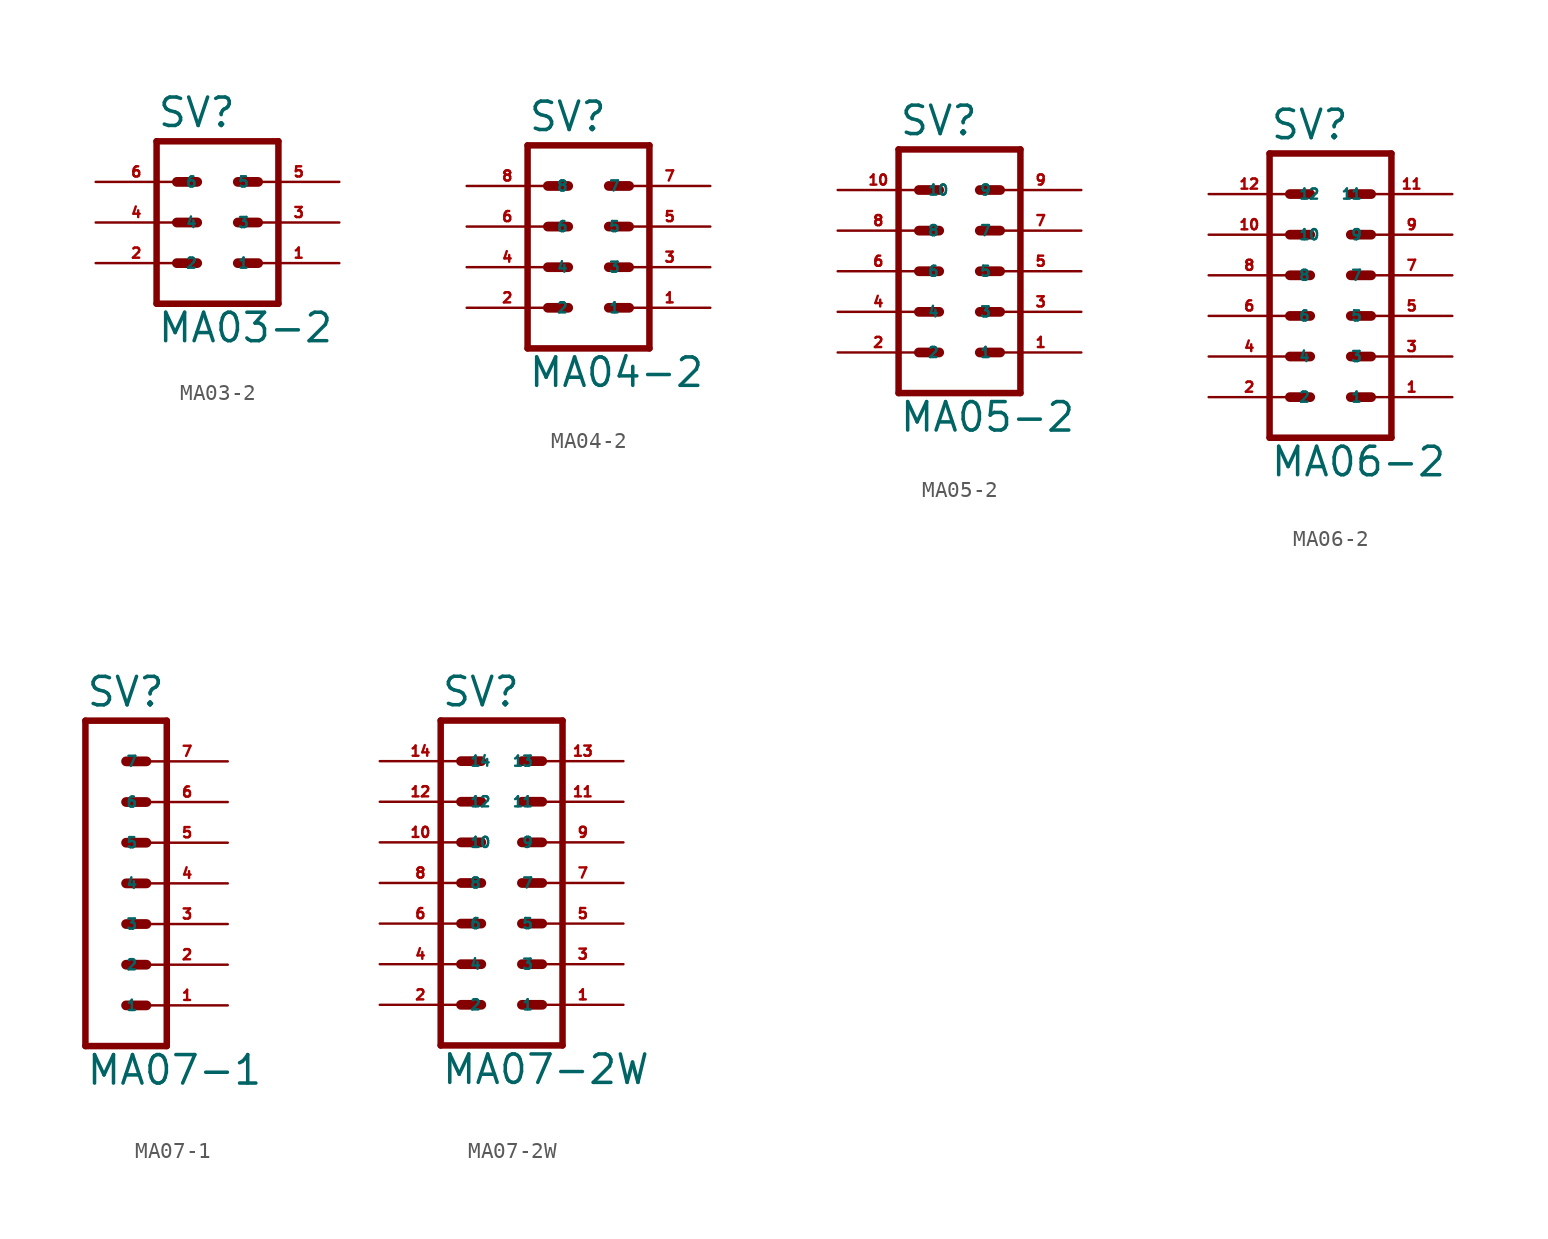
<source format=kicad_sym>
(kicad_symbol_lib
  (version 20220914)
  (generator Eagle2Kicad)
  (symbol "MA03-2"
    (property "Reference" "SV"
      (at -3.81 5.842 0)
      (effects (font (size 1.778 1.778) (thickness 0.22)) (justify left bottom)))
    (property "Value" "MA03-2"
      (at -3.81 -7.62 0)
      (effects (font (size 1.778 1.778) (thickness 0.22)) (justify left bottom)))
    (polyline
      (pts (xy 3.81 -5.08) (xy -3.81 -5.08))
      (stroke (width 0.406) (type default))
      (fill (type none)))
    (polyline
      (pts (xy -3.81 5.08) (xy -3.81 -5.08))
      (stroke (width 0.406) (type default))
      (fill (type none)))
    (polyline
      (pts (xy 3.81 -5.08) (xy 3.81 5.08))
      (stroke (width 0.406) (type default))
      (fill (type none)))
    (polyline
      (pts (xy -3.81 5.08) (xy 3.81 5.08))
      (stroke (width 0.406) (type default))
      (fill (type none)))
    (polyline
      (pts (xy 1.27 2.54) (xy 2.54 2.54))
      (stroke (width 0.61) (type default))
      (fill (type none)))
    (polyline
      (pts (xy 1.27 0) (xy 2.54 0))
      (stroke (width 0.61) (type default))
      (fill (type none)))
    (polyline
      (pts (xy 1.27 -2.54) (xy 2.54 -2.54))
      (stroke (width 0.61) (type default))
      (fill (type none)))
    (polyline
      (pts (xy -2.54 2.54) (xy -1.27 2.54))
      (stroke (width 0.61) (type default))
      (fill (type none)))
    (polyline
      (pts (xy -2.54 0) (xy -1.27 0))
      (stroke (width 0.61) (type default))
      (fill (type none)))
    (polyline
      (pts (xy -2.54 -2.54) (xy -1.27 -2.54))
      (stroke (width 0.61) (type default))
      (fill (type none)))
    (pin passive line
      (at 7.62 -2.54 180)
      (length 5.08)
      (name "1" (effects (font (size 0.635 0.635) (thickness 0.08)) (justify left bottom)))
      (number "1" (effects (font (size 0.635 0.635) (thickness 0.08)) (justify left bottom))))
    (pin passive line
      (at 7.62 0 180)
      (length 5.08)
      (name "3" (effects (font (size 0.635 0.635) (thickness 0.08)) (justify left bottom)))
      (number "3" (effects (font (size 0.635 0.635) (thickness 0.08)) (justify left bottom))))
    (pin passive line
      (at 7.62 2.54 180)
      (length 5.08)
      (name "5" (effects (font (size 0.635 0.635) (thickness 0.08)) (justify left bottom)))
      (number "5" (effects (font (size 0.635 0.635) (thickness 0.08)) (justify left bottom))))
    (pin passive line
      (at -7.62 -2.54 0)
      (length 5.08)
      (name "2" (effects (font (size 0.635 0.635) (thickness 0.08)) (justify left bottom)))
      (number "2" (effects (font (size 0.635 0.635) (thickness 0.08)) (justify left bottom))))
    (pin passive line
      (at -7.62 0 0)
      (length 5.08)
      (name "4" (effects (font (size 0.635 0.635) (thickness 0.08)) (justify left bottom)))
      (number "4" (effects (font (size 0.635 0.635) (thickness 0.08)) (justify left bottom))))
    (pin passive line
      (at -7.62 2.54 0)
      (length 5.08)
      (name "6" (effects (font (size 0.635 0.635) (thickness 0.08)) (justify left bottom)))
      (number "6" (effects (font (size 0.635 0.635) (thickness 0.08)) (justify left bottom)))))
  (symbol "MA04-2"
    (property "Reference" "SV"
      (at -3.81 5.842 0)
      (effects (font (size 1.778 1.778) (thickness 0.22)) (justify left bottom)))
    (property "Value" "MA04-2"
      (at -3.81 -10.16 0)
      (effects (font (size 1.778 1.778) (thickness 0.22)) (justify left bottom)))
    (polyline
      (pts (xy 3.81 -7.62) (xy -3.81 -7.62))
      (stroke (width 0.406) (type default))
      (fill (type none)))
    (polyline
      (pts (xy 1.27 0) (xy 2.54 0))
      (stroke (width 0.61) (type default))
      (fill (type none)))
    (polyline
      (pts (xy 1.27 -2.54) (xy 2.54 -2.54))
      (stroke (width 0.61) (type default))
      (fill (type none)))
    (polyline
      (pts (xy 1.27 -5.08) (xy 2.54 -5.08))
      (stroke (width 0.61) (type default))
      (fill (type none)))
    (polyline
      (pts (xy -2.54 0) (xy -1.27 0))
      (stroke (width 0.61) (type default))
      (fill (type none)))
    (polyline
      (pts (xy -2.54 -2.54) (xy -1.27 -2.54))
      (stroke (width 0.61) (type default))
      (fill (type none)))
    (polyline
      (pts (xy -2.54 -5.08) (xy -1.27 -5.08))
      (stroke (width 0.61) (type default))
      (fill (type none)))
    (polyline
      (pts (xy -3.81 5.08) (xy -3.81 -7.62))
      (stroke (width 0.406) (type default))
      (fill (type none)))
    (polyline
      (pts (xy 3.81 -7.62) (xy 3.81 5.08))
      (stroke (width 0.406) (type default))
      (fill (type none)))
    (polyline
      (pts (xy -3.81 5.08) (xy 3.81 5.08))
      (stroke (width 0.406) (type default))
      (fill (type none)))
    (polyline
      (pts (xy 1.27 2.54) (xy 2.54 2.54))
      (stroke (width 0.61) (type default))
      (fill (type none)))
    (polyline
      (pts (xy -2.54 2.54) (xy -1.27 2.54))
      (stroke (width 0.61) (type default))
      (fill (type none)))
    (pin passive line
      (at 7.62 -5.08 180)
      (length 5.08)
      (name "1" (effects (font (size 0.635 0.635) (thickness 0.08)) (justify left bottom)))
      (number "1" (effects (font (size 0.635 0.635) (thickness 0.08)) (justify left bottom))))
    (pin passive line
      (at 7.62 -2.54 180)
      (length 5.08)
      (name "3" (effects (font (size 0.635 0.635) (thickness 0.08)) (justify left bottom)))
      (number "3" (effects (font (size 0.635 0.635) (thickness 0.08)) (justify left bottom))))
    (pin passive line
      (at 7.62 0 180)
      (length 5.08)
      (name "5" (effects (font (size 0.635 0.635) (thickness 0.08)) (justify left bottom)))
      (number "5" (effects (font (size 0.635 0.635) (thickness 0.08)) (justify left bottom))))
    (pin passive line
      (at -7.62 -5.08 0)
      (length 5.08)
      (name "2" (effects (font (size 0.635 0.635) (thickness 0.08)) (justify left bottom)))
      (number "2" (effects (font (size 0.635 0.635) (thickness 0.08)) (justify left bottom))))
    (pin passive line
      (at -7.62 -2.54 0)
      (length 5.08)
      (name "4" (effects (font (size 0.635 0.635) (thickness 0.08)) (justify left bottom)))
      (number "4" (effects (font (size 0.635 0.635) (thickness 0.08)) (justify left bottom))))
    (pin passive line
      (at -7.62 0 0)
      (length 5.08)
      (name "6" (effects (font (size 0.635 0.635) (thickness 0.08)) (justify left bottom)))
      (number "6" (effects (font (size 0.635 0.635) (thickness 0.08)) (justify left bottom))))
    (pin passive line
      (at 7.62 2.54 180)
      (length 5.08)
      (name "7" (effects (font (size 0.635 0.635) (thickness 0.08)) (justify left bottom)))
      (number "7" (effects (font (size 0.635 0.635) (thickness 0.08)) (justify left bottom))))
    (pin passive line
      (at -7.62 2.54 0)
      (length 5.08)
      (name "8" (effects (font (size 0.635 0.635) (thickness 0.08)) (justify left bottom)))
      (number "8" (effects (font (size 0.635 0.635) (thickness 0.08)) (justify left bottom)))))
  (symbol "MA05-2"
    (property "Reference" "SV"
      (at -3.81 8.382 0)
      (effects (font (size 1.778 1.778) (thickness 0.22)) (justify left bottom)))
    (property "Value" "MA05-2"
      (at -3.81 -10.16 0)
      (effects (font (size 1.778 1.778) (thickness 0.22)) (justify left bottom)))
    (polyline
      (pts (xy 3.81 -7.62) (xy -3.81 -7.62))
      (stroke (width 0.406) (type default))
      (fill (type none)))
    (polyline
      (pts (xy 1.27 0) (xy 2.54 0))
      (stroke (width 0.61) (type default))
      (fill (type none)))
    (polyline
      (pts (xy 1.27 -2.54) (xy 2.54 -2.54))
      (stroke (width 0.61) (type default))
      (fill (type none)))
    (polyline
      (pts (xy 1.27 -5.08) (xy 2.54 -5.08))
      (stroke (width 0.61) (type default))
      (fill (type none)))
    (polyline
      (pts (xy -2.54 0) (xy -1.27 0))
      (stroke (width 0.61) (type default))
      (fill (type none)))
    (polyline
      (pts (xy -2.54 -2.54) (xy -1.27 -2.54))
      (stroke (width 0.61) (type default))
      (fill (type none)))
    (polyline
      (pts (xy -2.54 -5.08) (xy -1.27 -5.08))
      (stroke (width 0.61) (type default))
      (fill (type none)))
    (polyline
      (pts (xy -3.81 7.62) (xy -3.81 -7.62))
      (stroke (width 0.406) (type default))
      (fill (type none)))
    (polyline
      (pts (xy 3.81 -7.62) (xy 3.81 7.62))
      (stroke (width 0.406) (type default))
      (fill (type none)))
    (polyline
      (pts (xy -3.81 7.62) (xy 3.81 7.62))
      (stroke (width 0.406) (type default))
      (fill (type none)))
    (polyline
      (pts (xy 1.27 5.08) (xy 2.54 5.08))
      (stroke (width 0.61) (type default))
      (fill (type none)))
    (polyline
      (pts (xy 1.27 2.54) (xy 2.54 2.54))
      (stroke (width 0.61) (type default))
      (fill (type none)))
    (polyline
      (pts (xy -2.54 5.08) (xy -1.27 5.08))
      (stroke (width 0.61) (type default))
      (fill (type none)))
    (polyline
      (pts (xy -2.54 2.54) (xy -1.27 2.54))
      (stroke (width 0.61) (type default))
      (fill (type none)))
    (pin passive line
      (at 7.62 -5.08 180)
      (length 5.08)
      (name "1" (effects (font (size 0.635 0.635) (thickness 0.08)) (justify left bottom)))
      (number "1" (effects (font (size 0.635 0.635) (thickness 0.08)) (justify left bottom))))
    (pin passive line
      (at 7.62 -2.54 180)
      (length 5.08)
      (name "3" (effects (font (size 0.635 0.635) (thickness 0.08)) (justify left bottom)))
      (number "3" (effects (font (size 0.635 0.635) (thickness 0.08)) (justify left bottom))))
    (pin passive line
      (at 7.62 0 180)
      (length 5.08)
      (name "5" (effects (font (size 0.635 0.635) (thickness 0.08)) (justify left bottom)))
      (number "5" (effects (font (size 0.635 0.635) (thickness 0.08)) (justify left bottom))))
    (pin passive line
      (at -7.62 -5.08 0)
      (length 5.08)
      (name "2" (effects (font (size 0.635 0.635) (thickness 0.08)) (justify left bottom)))
      (number "2" (effects (font (size 0.635 0.635) (thickness 0.08)) (justify left bottom))))
    (pin passive line
      (at -7.62 -2.54 0)
      (length 5.08)
      (name "4" (effects (font (size 0.635 0.635) (thickness 0.08)) (justify left bottom)))
      (number "4" (effects (font (size 0.635 0.635) (thickness 0.08)) (justify left bottom))))
    (pin passive line
      (at -7.62 0 0)
      (length 5.08)
      (name "6" (effects (font (size 0.635 0.635) (thickness 0.08)) (justify left bottom)))
      (number "6" (effects (font (size 0.635 0.635) (thickness 0.08)) (justify left bottom))))
    (pin passive line
      (at 7.62 2.54 180)
      (length 5.08)
      (name "7" (effects (font (size 0.635 0.635) (thickness 0.08)) (justify left bottom)))
      (number "7" (effects (font (size 0.635 0.635) (thickness 0.08)) (justify left bottom))))
    (pin passive line
      (at 7.62 5.08 180)
      (length 5.08)
      (name "9" (effects (font (size 0.635 0.635) (thickness 0.08)) (justify left bottom)))
      (number "9" (effects (font (size 0.635 0.635) (thickness 0.08)) (justify left bottom))))
    (pin passive line
      (at -7.62 2.54 0)
      (length 5.08)
      (name "8" (effects (font (size 0.635 0.635) (thickness 0.08)) (justify left bottom)))
      (number "8" (effects (font (size 0.635 0.635) (thickness 0.08)) (justify left bottom))))
    (pin passive line
      (at -7.62 5.08 0)
      (length 5.08)
      (name "10" (effects (font (size 0.635 0.635) (thickness 0.08)) (justify left bottom)))
      (number "10" (effects (font (size 0.635 0.635) (thickness 0.08)) (justify left bottom)))))
  (symbol "MA06-2"
    (property "Reference" "SV"
      (at -3.81 8.382 0)
      (effects (font (size 1.778 1.778) (thickness 0.22)) (justify left bottom)))
    (property "Value" "MA06-2"
      (at -3.81 -12.7 0)
      (effects (font (size 1.778 1.778) (thickness 0.22)) (justify left bottom)))
    (polyline
      (pts (xy 3.81 -10.16) (xy -3.81 -10.16))
      (stroke (width 0.406) (type default))
      (fill (type none)))
    (polyline
      (pts (xy 1.27 -2.54) (xy 2.54 -2.54))
      (stroke (width 0.61) (type default))
      (fill (type none)))
    (polyline
      (pts (xy 1.27 -5.08) (xy 2.54 -5.08))
      (stroke (width 0.61) (type default))
      (fill (type none)))
    (polyline
      (pts (xy 1.27 -7.62) (xy 2.54 -7.62))
      (stroke (width 0.61) (type default))
      (fill (type none)))
    (polyline
      (pts (xy -2.54 -2.54) (xy -1.27 -2.54))
      (stroke (width 0.61) (type default))
      (fill (type none)))
    (polyline
      (pts (xy -2.54 -5.08) (xy -1.27 -5.08))
      (stroke (width 0.61) (type default))
      (fill (type none)))
    (polyline
      (pts (xy -2.54 -7.62) (xy -1.27 -7.62))
      (stroke (width 0.61) (type default))
      (fill (type none)))
    (polyline
      (pts (xy -3.81 7.62) (xy -3.81 -10.16))
      (stroke (width 0.406) (type default))
      (fill (type none)))
    (polyline
      (pts (xy 3.81 -10.16) (xy 3.81 7.62))
      (stroke (width 0.406) (type default))
      (fill (type none)))
    (polyline
      (pts (xy -3.81 7.62) (xy 3.81 7.62))
      (stroke (width 0.406) (type default))
      (fill (type none)))
    (polyline
      (pts (xy 1.27 5.08) (xy 2.54 5.08))
      (stroke (width 0.61) (type default))
      (fill (type none)))
    (polyline
      (pts (xy 1.27 2.54) (xy 2.54 2.54))
      (stroke (width 0.61) (type default))
      (fill (type none)))
    (polyline
      (pts (xy 1.27 0) (xy 2.54 0))
      (stroke (width 0.61) (type default))
      (fill (type none)))
    (polyline
      (pts (xy -2.54 5.08) (xy -1.27 5.08))
      (stroke (width 0.61) (type default))
      (fill (type none)))
    (polyline
      (pts (xy -2.54 2.54) (xy -1.27 2.54))
      (stroke (width 0.61) (type default))
      (fill (type none)))
    (polyline
      (pts (xy -2.54 0) (xy -1.27 0))
      (stroke (width 0.61) (type default))
      (fill (type none)))
    (pin passive line
      (at 7.62 -7.62 180)
      (length 5.08)
      (name "1" (effects (font (size 0.635 0.635) (thickness 0.08)) (justify left bottom)))
      (number "1" (effects (font (size 0.635 0.635) (thickness 0.08)) (justify left bottom))))
    (pin passive line
      (at 7.62 -5.08 180)
      (length 5.08)
      (name "3" (effects (font (size 0.635 0.635) (thickness 0.08)) (justify left bottom)))
      (number "3" (effects (font (size 0.635 0.635) (thickness 0.08)) (justify left bottom))))
    (pin passive line
      (at 7.62 -2.54 180)
      (length 5.08)
      (name "5" (effects (font (size 0.635 0.635) (thickness 0.08)) (justify left bottom)))
      (number "5" (effects (font (size 0.635 0.635) (thickness 0.08)) (justify left bottom))))
    (pin passive line
      (at -7.62 -7.62 0)
      (length 5.08)
      (name "2" (effects (font (size 0.635 0.635) (thickness 0.08)) (justify left bottom)))
      (number "2" (effects (font (size 0.635 0.635) (thickness 0.08)) (justify left bottom))))
    (pin passive line
      (at -7.62 -5.08 0)
      (length 5.08)
      (name "4" (effects (font (size 0.635 0.635) (thickness 0.08)) (justify left bottom)))
      (number "4" (effects (font (size 0.635 0.635) (thickness 0.08)) (justify left bottom))))
    (pin passive line
      (at -7.62 -2.54 0)
      (length 5.08)
      (name "6" (effects (font (size 0.635 0.635) (thickness 0.08)) (justify left bottom)))
      (number "6" (effects (font (size 0.635 0.635) (thickness 0.08)) (justify left bottom))))
    (pin passive line
      (at 7.62 0 180)
      (length 5.08)
      (name "7" (effects (font (size 0.635 0.635) (thickness 0.08)) (justify left bottom)))
      (number "7" (effects (font (size 0.635 0.635) (thickness 0.08)) (justify left bottom))))
    (pin passive line
      (at 7.62 2.54 180)
      (length 5.08)
      (name "9" (effects (font (size 0.635 0.635) (thickness 0.08)) (justify left bottom)))
      (number "9" (effects (font (size 0.635 0.635) (thickness 0.08)) (justify left bottom))))
    (pin passive line
      (at 7.62 5.08 180)
      (length 5.08)
      (name "11" (effects (font (size 0.635 0.635) (thickness 0.08)) (justify left bottom)))
      (number "11" (effects (font (size 0.635 0.635) (thickness 0.08)) (justify left bottom))))
    (pin passive line
      (at -7.62 0 0)
      (length 5.08)
      (name "8" (effects (font (size 0.635 0.635) (thickness 0.08)) (justify left bottom)))
      (number "8" (effects (font (size 0.635 0.635) (thickness 0.08)) (justify left bottom))))
    (pin passive line
      (at -7.62 2.54 0)
      (length 5.08)
      (name "10" (effects (font (size 0.635 0.635) (thickness 0.08)) (justify left bottom)))
      (number "10" (effects (font (size 0.635 0.635) (thickness 0.08)) (justify left bottom))))
    (pin passive line
      (at -7.62 5.08 0)
      (length 5.08)
      (name "12" (effects (font (size 0.635 0.635) (thickness 0.08)) (justify left bottom)))
      (number "12" (effects (font (size 0.635 0.635) (thickness 0.08)) (justify left bottom)))))
  (symbol "MA07-1"
    (property "Reference" "SV"
      (at -1.27 10.922 0)
      (effects (font (size 1.778 1.778) (thickness 0.22)) (justify left bottom)))
    (property "Value" "MA07-1"
      (at -1.27 -12.7 0)
      (effects (font (size 1.778 1.778) (thickness 0.22)) (justify left bottom)))
    (polyline
      (pts (xy 3.81 -10.16) (xy -1.27 -10.16))
      (stroke (width 0.406) (type default))
      (fill (type none)))
    (polyline
      (pts (xy 1.27 -2.54) (xy 2.54 -2.54))
      (stroke (width 0.61) (type default))
      (fill (type none)))
    (polyline
      (pts (xy 1.27 -5.08) (xy 2.54 -5.08))
      (stroke (width 0.61) (type default))
      (fill (type none)))
    (polyline
      (pts (xy 1.27 -7.62) (xy 2.54 -7.62))
      (stroke (width 0.61) (type default))
      (fill (type none)))
    (polyline
      (pts (xy 1.27 2.54) (xy 2.54 2.54))
      (stroke (width 0.61) (type default))
      (fill (type none)))
    (polyline
      (pts (xy 1.27 0) (xy 2.54 0))
      (stroke (width 0.61) (type default))
      (fill (type none)))
    (polyline
      (pts (xy 1.27 7.62) (xy 2.54 7.62))
      (stroke (width 0.61) (type default))
      (fill (type none)))
    (polyline
      (pts (xy 1.27 5.08) (xy 2.54 5.08))
      (stroke (width 0.61) (type default))
      (fill (type none)))
    (polyline
      (pts (xy -1.27 10.16) (xy -1.27 -10.16))
      (stroke (width 0.406) (type default))
      (fill (type none)))
    (polyline
      (pts (xy 3.81 -10.16) (xy 3.81 10.16))
      (stroke (width 0.406) (type default))
      (fill (type none)))
    (polyline
      (pts (xy -1.27 10.16) (xy 3.81 10.16))
      (stroke (width 0.406) (type default))
      (fill (type none)))
    (pin passive line
      (at 7.62 -7.62 180)
      (length 5.08)
      (name "1" (effects (font (size 0.635 0.635) (thickness 0.08)) (justify left bottom)))
      (number "1" (effects (font (size 0.635 0.635) (thickness 0.08)) (justify left bottom))))
    (pin passive line
      (at 7.62 -5.08 180)
      (length 5.08)
      (name "2" (effects (font (size 0.635 0.635) (thickness 0.08)) (justify left bottom)))
      (number "2" (effects (font (size 0.635 0.635) (thickness 0.08)) (justify left bottom))))
    (pin passive line
      (at 7.62 -2.54 180)
      (length 5.08)
      (name "3" (effects (font (size 0.635 0.635) (thickness 0.08)) (justify left bottom)))
      (number "3" (effects (font (size 0.635 0.635) (thickness 0.08)) (justify left bottom))))
    (pin passive line
      (at 7.62 0 180)
      (length 5.08)
      (name "4" (effects (font (size 0.635 0.635) (thickness 0.08)) (justify left bottom)))
      (number "4" (effects (font (size 0.635 0.635) (thickness 0.08)) (justify left bottom))))
    (pin passive line
      (at 7.62 2.54 180)
      (length 5.08)
      (name "5" (effects (font (size 0.635 0.635) (thickness 0.08)) (justify left bottom)))
      (number "5" (effects (font (size 0.635 0.635) (thickness 0.08)) (justify left bottom))))
    (pin passive line
      (at 7.62 5.08 180)
      (length 5.08)
      (name "6" (effects (font (size 0.635 0.635) (thickness 0.08)) (justify left bottom)))
      (number "6" (effects (font (size 0.635 0.635) (thickness 0.08)) (justify left bottom))))
    (pin passive line
      (at 7.62 7.62 180)
      (length 5.08)
      (name "7" (effects (font (size 0.635 0.635) (thickness 0.08)) (justify left bottom)))
      (number "7" (effects (font (size 0.635 0.635) (thickness 0.08)) (justify left bottom)))))
  (symbol "MA07-2W"
    (property "Reference" "SV"
      (at -3.81 10.922 0)
      (effects (font (size 1.778 1.778) (thickness 0.22)) (justify left bottom)))
    (property "Value" "MA07-2W"
      (at -3.81 -12.7 0)
      (effects (font (size 1.778 1.778) (thickness 0.22)) (justify left bottom)))
    (polyline
      (pts (xy 3.81 -10.16) (xy -3.81 -10.16))
      (stroke (width 0.406) (type default))
      (fill (type none)))
    (polyline
      (pts (xy 1.27 -2.54) (xy 2.54 -2.54))
      (stroke (width 0.61) (type default))
      (fill (type none)))
    (polyline
      (pts (xy 1.27 -5.08) (xy 2.54 -5.08))
      (stroke (width 0.61) (type default))
      (fill (type none)))
    (polyline
      (pts (xy 1.27 -7.62) (xy 2.54 -7.62))
      (stroke (width 0.61) (type default))
      (fill (type none)))
    (polyline
      (pts (xy -2.54 -2.54) (xy -1.27 -2.54))
      (stroke (width 0.61) (type default))
      (fill (type none)))
    (polyline
      (pts (xy -2.54 -5.08) (xy -1.27 -5.08))
      (stroke (width 0.61) (type default))
      (fill (type none)))
    (polyline
      (pts (xy -2.54 -7.62) (xy -1.27 -7.62))
      (stroke (width 0.61) (type default))
      (fill (type none)))
    (polyline
      (pts (xy -3.81 10.16) (xy -3.81 -10.16))
      (stroke (width 0.406) (type default))
      (fill (type none)))
    (polyline
      (pts (xy 3.81 -10.16) (xy 3.81 10.16))
      (stroke (width 0.406) (type default))
      (fill (type none)))
    (polyline
      (pts (xy -3.81 10.16) (xy 3.81 10.16))
      (stroke (width 0.406) (type default))
      (fill (type none)))
    (polyline
      (pts (xy 1.27 5.08) (xy 2.54 5.08))
      (stroke (width 0.61) (type default))
      (fill (type none)))
    (polyline
      (pts (xy 1.27 2.54) (xy 2.54 2.54))
      (stroke (width 0.61) (type default))
      (fill (type none)))
    (polyline
      (pts (xy 1.27 0) (xy 2.54 0))
      (stroke (width 0.61) (type default))
      (fill (type none)))
    (polyline
      (pts (xy -2.54 5.08) (xy -1.27 5.08))
      (stroke (width 0.61) (type default))
      (fill (type none)))
    (polyline
      (pts (xy -2.54 2.54) (xy -1.27 2.54))
      (stroke (width 0.61) (type default))
      (fill (type none)))
    (polyline
      (pts (xy -2.54 0) (xy -1.27 0))
      (stroke (width 0.61) (type default))
      (fill (type none)))
    (polyline
      (pts (xy -2.54 7.62) (xy -1.27 7.62))
      (stroke (width 0.61) (type default))
      (fill (type none)))
    (polyline
      (pts (xy 1.27 7.62) (xy 2.54 7.62))
      (stroke (width 0.61) (type default))
      (fill (type none)))
    (pin passive line
      (at 7.62 -7.62 180)
      (length 5.08)
      (name "1" (effects (font (size 0.635 0.635) (thickness 0.08)) (justify left bottom)))
      (number "1" (effects (font (size 0.635 0.635) (thickness 0.08)) (justify left bottom))))
    (pin passive line
      (at 7.62 -5.08 180)
      (length 5.08)
      (name "3" (effects (font (size 0.635 0.635) (thickness 0.08)) (justify left bottom)))
      (number "3" (effects (font (size 0.635 0.635) (thickness 0.08)) (justify left bottom))))
    (pin passive line
      (at 7.62 -2.54 180)
      (length 5.08)
      (name "5" (effects (font (size 0.635 0.635) (thickness 0.08)) (justify left bottom)))
      (number "5" (effects (font (size 0.635 0.635) (thickness 0.08)) (justify left bottom))))
    (pin passive line
      (at -7.62 -7.62 0)
      (length 5.08)
      (name "2" (effects (font (size 0.635 0.635) (thickness 0.08)) (justify left bottom)))
      (number "2" (effects (font (size 0.635 0.635) (thickness 0.08)) (justify left bottom))))
    (pin passive line
      (at -7.62 -5.08 0)
      (length 5.08)
      (name "4" (effects (font (size 0.635 0.635) (thickness 0.08)) (justify left bottom)))
      (number "4" (effects (font (size 0.635 0.635) (thickness 0.08)) (justify left bottom))))
    (pin passive line
      (at -7.62 -2.54 0)
      (length 5.08)
      (name "6" (effects (font (size 0.635 0.635) (thickness 0.08)) (justify left bottom)))
      (number "6" (effects (font (size 0.635 0.635) (thickness 0.08)) (justify left bottom))))
    (pin passive line
      (at 7.62 0 180)
      (length 5.08)
      (name "7" (effects (font (size 0.635 0.635) (thickness 0.08)) (justify left bottom)))
      (number "7" (effects (font (size 0.635 0.635) (thickness 0.08)) (justify left bottom))))
    (pin passive line
      (at 7.62 2.54 180)
      (length 5.08)
      (name "9" (effects (font (size 0.635 0.635) (thickness 0.08)) (justify left bottom)))
      (number "9" (effects (font (size 0.635 0.635) (thickness 0.08)) (justify left bottom))))
    (pin passive line
      (at 7.62 5.08 180)
      (length 5.08)
      (name "11" (effects (font (size 0.635 0.635) (thickness 0.08)) (justify left bottom)))
      (number "11" (effects (font (size 0.635 0.635) (thickness 0.08)) (justify left bottom))))
    (pin passive line
      (at -7.62 0 0)
      (length 5.08)
      (name "8" (effects (font (size 0.635 0.635) (thickness 0.08)) (justify left bottom)))
      (number "8" (effects (font (size 0.635 0.635) (thickness 0.08)) (justify left bottom))))
    (pin passive line
      (at -7.62 2.54 0)
      (length 5.08)
      (name "10" (effects (font (size 0.635 0.635) (thickness 0.08)) (justify left bottom)))
      (number "10" (effects (font (size 0.635 0.635) (thickness 0.08)) (justify left bottom))))
    (pin passive line
      (at -7.62 5.08 0)
      (length 5.08)
      (name "12" (effects (font (size 0.635 0.635) (thickness 0.08)) (justify left bottom)))
      (number "12" (effects (font (size 0.635 0.635) (thickness 0.08)) (justify left bottom))))
    (pin passive line
      (at -7.62 7.62 0)
      (length 5.08)
      (name "14" (effects (font (size 0.635 0.635) (thickness 0.08)) (justify left bottom)))
      (number "14" (effects (font (size 0.635 0.635) (thickness 0.08)) (justify left bottom))))
    (pin passive line
      (at 7.62 7.62 180)
      (length 5.08)
      (name "13" (effects (font (size 0.635 0.635) (thickness 0.08)) (justify left bottom)))
      (number "13" (effects (font (size 0.635 0.635) (thickness 0.08)) (justify left bottom))))))
</source>
